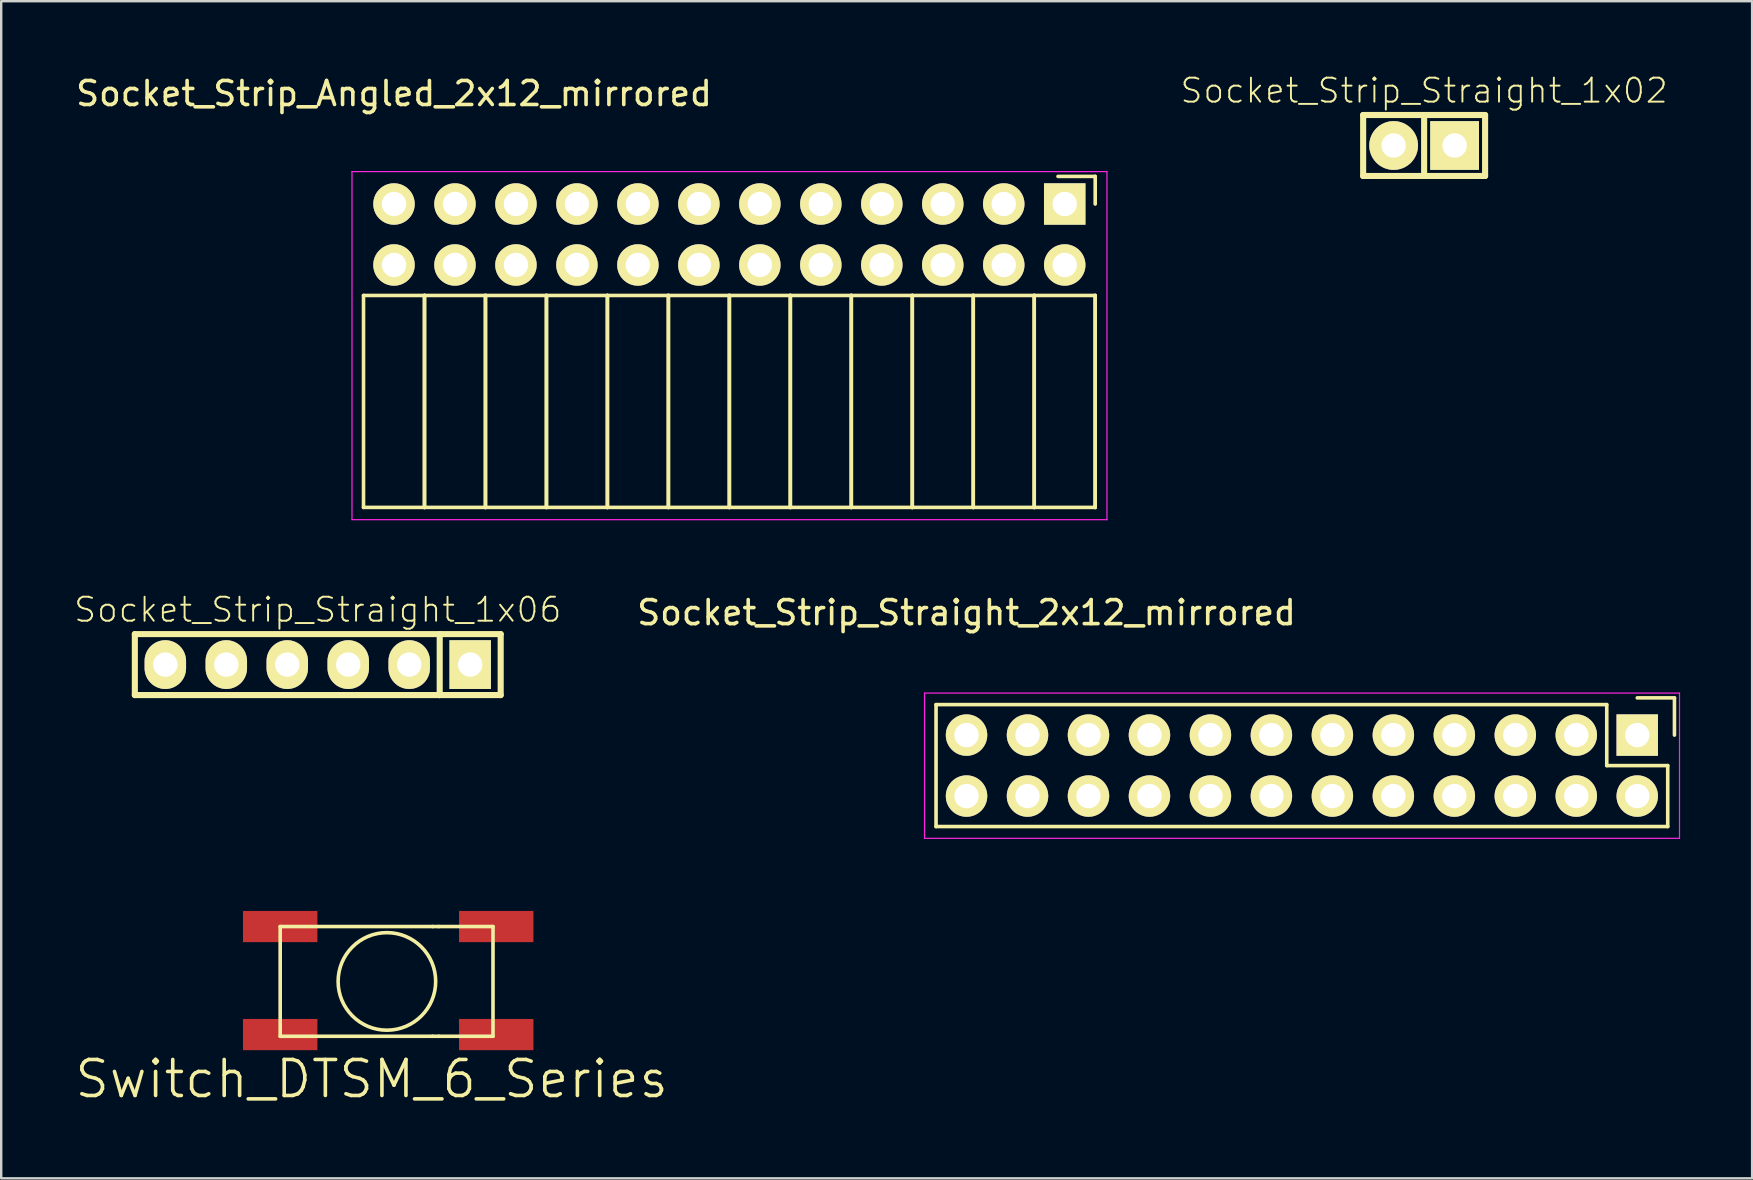
<source format=kicad_pcb>
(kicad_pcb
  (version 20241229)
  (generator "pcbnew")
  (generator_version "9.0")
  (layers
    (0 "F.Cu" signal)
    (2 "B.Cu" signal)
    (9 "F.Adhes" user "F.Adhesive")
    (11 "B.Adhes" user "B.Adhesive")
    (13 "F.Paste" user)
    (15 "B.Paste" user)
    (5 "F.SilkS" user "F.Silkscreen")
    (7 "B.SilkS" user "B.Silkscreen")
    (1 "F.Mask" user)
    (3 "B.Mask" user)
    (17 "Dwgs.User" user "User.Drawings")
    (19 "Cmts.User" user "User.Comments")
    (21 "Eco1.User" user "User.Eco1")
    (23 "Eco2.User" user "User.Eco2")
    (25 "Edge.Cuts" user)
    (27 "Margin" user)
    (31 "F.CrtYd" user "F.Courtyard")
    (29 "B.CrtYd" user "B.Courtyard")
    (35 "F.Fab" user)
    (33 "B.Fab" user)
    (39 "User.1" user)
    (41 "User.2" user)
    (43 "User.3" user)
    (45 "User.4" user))
  (footprint "Switch_DTSM_6_Series"
    (layer "F.Cu")
    (at 13.067 37.833)
    (property "Reference" "Switch_DTSM_6_Series" (at -0.635 4.064 0) (layer "F.SilkS") (effects (font (size 1.5 1.5) (thickness 0.15))))
    (attr through_hole)
    (fp_line (start -4.445 -2.286) (end 1.905 -2.286) (stroke (width 0.15) (type solid)) (layer "F.SilkS"))
    (fp_line (start -4.445 2.286) (end -4.445 -2.286) (stroke (width 0.15) (type solid)) (layer "F.SilkS"))
    (fp_line (start 1.905 2.286) (end -4.445 2.286) (stroke (width 0.15) (type solid)) (layer "F.SilkS"))
    (fp_line (start 2.159 -2.286) (end 1.905 -2.286) (stroke (width 0.15) (type solid)) (layer "F.SilkS"))
    (fp_line (start 2.159 -2.286) (end 4.42 -2.286) (stroke (width 0.15) (type solid)) (layer "F.SilkS"))
    (fp_line (start 2.159 2.286) (end 1.905 2.286) (stroke (width 0.15) (type solid)) (layer "F.SilkS"))
    (fp_line (start 2.159 2.286) (end 4.42 2.286) (stroke (width 0.15) (type solid)) (layer "F.SilkS"))
    (fp_line (start 4.42 -2.286) (end 4.42 2.286) (stroke (width 0.15) (type solid)) (layer "F.SilkS"))
    (fp_circle (center 0 0) (end 0 -2.032) (stroke (width 0.15) (type solid)) (fill no) (layer "F.SilkS"))
    (pad "1" smd rect (at -4.445 -2.286) (size 3.1 1.3) (layers "F.Cu" "F.Mask" "F.Paste"))
    (pad "2" smd rect (at 4.555 -2.286) (size 3.1 1.3) (layers "F.Cu" "F.Mask" "F.Paste"))
    (pad "3" smd rect (at -4.445 2.214) (size 3.1 1.3) (layers "F.Cu" "F.Mask" "F.Paste"))
    (pad "4" smd rect (at 4.555 2.214) (size 3.1 1.3) (layers "F.Cu" "F.Mask" "F.Paste")))
  (footprint "Socket_Strip_Straight_2x12_mirrored"
    (layer "F.Cu")
    (at 37.213 27.572)
    (property "Reference" "Socket_Strip_Straight_2x12_mirrored" (at 0 -5.1 0) (layer "F.SilkS") (effects (font (size 1 1) (thickness 0.15))))
    (attr through_hole)
    (fp_line (start -1.27 -1.27) (end 26.67 -1.27) (stroke (width 0.15) (type solid)) (layer "F.SilkS"))
    (fp_line (start -1.27 3.81) (end -1.27 -1.27) (stroke (width 0.15) (type solid)) (layer "F.SilkS"))
    (fp_line (start 26.67 1.27) (end 26.67 -1.27) (stroke (width 0.15) (type solid)) (layer "F.SilkS"))
    (fp_line (start 26.67 1.27) (end 29.21 1.27) (stroke (width 0.15) (type solid)) (layer "F.SilkS"))
    (fp_line (start 29.21 3.81) (end -1.27 3.81) (stroke (width 0.15) (type solid)) (layer "F.SilkS"))
    (fp_line (start 29.21 3.81) (end 29.21 1.27) (stroke (width 0.15) (type solid)) (layer "F.SilkS"))
    (fp_line (start 29.49 -1.55) (end 27.94 -1.55) (stroke (width 0.15) (type solid)) (layer "F.SilkS"))
    (fp_line (start 29.49 -1.55) (end 29.49 0) (stroke (width 0.15) (type solid)) (layer "F.SilkS"))
    (fp_line (start -1.75 -1.75) (end -1.75 4.3) (stroke (width 0.05) (type solid)) (layer "F.CrtYd"))
    (fp_line (start -1.75 -1.75) (end 29.7 -1.75) (stroke (width 0.05) (type solid)) (layer "F.CrtYd"))
    (fp_line (start -1.75 4.3) (end 29.7 4.3) (stroke (width 0.05) (type solid)) (layer "F.CrtYd"))
    (fp_line (start 29.7 -1.75) (end 29.7 4.3) (stroke (width 0.05) (type solid)) (layer "F.CrtYd"))
    (pad "1" thru_hole rect (at 27.94 0) (size 1.727 1.727) (drill 1.016) (layers "*.Cu" "*.Mask" "F.SilkS"))
    (pad "2" thru_hole oval (at 27.94 2.54) (size 1.727 1.727) (drill 1.016) (layers "*.Cu" "*.Mask" "F.SilkS"))
    (pad "3" thru_hole oval (at 25.4 0) (size 1.727 1.727) (drill 1.016) (layers "*.Cu" "*.Mask" "F.SilkS"))
    (pad "4" thru_hole oval (at 25.4 2.54) (size 1.727 1.727) (drill 1.016) (layers "*.Cu" "*.Mask" "F.SilkS"))
    (pad "5" thru_hole oval (at 22.86 0) (size 1.727 1.727) (drill 1.016) (layers "*.Cu" "*.Mask" "F.SilkS"))
    (pad "6" thru_hole oval (at 22.86 2.54) (size 1.727 1.727) (drill 1.016) (layers "*.Cu" "*.Mask" "F.SilkS"))
    (pad "7" thru_hole oval (at 20.32 0) (size 1.727 1.727) (drill 1.016) (layers "*.Cu" "*.Mask" "F.SilkS"))
    (pad "8" thru_hole oval (at 20.32 2.54) (size 1.727 1.727) (drill 1.016) (layers "*.Cu" "*.Mask" "F.SilkS"))
    (pad "9" thru_hole oval (at 17.78 0) (size 1.727 1.727) (drill 1.016) (layers "*.Cu" "*.Mask" "F.SilkS"))
    (pad "10" thru_hole oval (at 17.78 2.54) (size 1.727 1.727) (drill 1.016) (layers "*.Cu" "*.Mask" "F.SilkS"))
    (pad "11" thru_hole oval (at 15.24 0) (size 1.727 1.727) (drill 1.016) (layers "*.Cu" "*.Mask" "F.SilkS"))
    (pad "12" thru_hole oval (at 15.24 2.54) (size 1.727 1.727) (drill 1.016) (layers "*.Cu" "*.Mask" "F.SilkS"))
    (pad "13" thru_hole oval (at 12.7 0) (size 1.727 1.727) (drill 1.016) (layers "*.Cu" "*.Mask" "F.SilkS"))
    (pad "14" thru_hole oval (at 12.7 2.54) (size 1.727 1.727) (drill 1.016) (layers "*.Cu" "*.Mask" "F.SilkS"))
    (pad "15" thru_hole oval (at 10.16 0) (size 1.727 1.727) (drill 1.016) (layers "*.Cu" "*.Mask" "F.SilkS"))
    (pad "16" thru_hole oval (at 10.16 2.54) (size 1.727 1.727) (drill 1.016) (layers "*.Cu" "*.Mask" "F.SilkS"))
    (pad "17" thru_hole oval (at 7.62 0) (size 1.727 1.727) (drill 1.016) (layers "*.Cu" "*.Mask" "F.SilkS"))
    (pad "18" thru_hole oval (at 7.62 2.54) (size 1.727 1.727) (drill 1.016) (layers "*.Cu" "*.Mask" "F.SilkS"))
    (pad "19" thru_hole oval (at 5.08 0) (size 1.727 1.727) (drill 1.016) (layers "*.Cu" "*.Mask" "F.SilkS"))
    (pad "20" thru_hole oval (at 5.08 2.54) (size 1.727 1.727) (drill 1.016) (layers "*.Cu" "*.Mask" "F.SilkS"))
    (pad "21" thru_hole oval (at 2.54 0) (size 1.727 1.727) (drill 1.016) (layers "*.Cu" "*.Mask" "F.SilkS"))
    (pad "22" thru_hole oval (at 2.54 2.54) (size 1.727 1.727) (drill 1.016) (layers "*.Cu" "*.Mask" "F.SilkS"))
    (pad "23" thru_hole oval (at 0 0) (size 1.727 1.727) (drill 1.016) (layers "*.Cu" "*.Mask" "F.SilkS"))
    (pad "24" thru_hole oval (at 0 2.54) (size 1.727 1.727) (drill 1.016) (layers "*.Cu" "*.Mask" "F.SilkS")))
  (footprint "Socket_Strip_Straight_1x06"
    (placed yes)
    (layer "F.Cu")
    (at 10.187 24.635)
    (property "Reference" "Socket_Strip_Straight_1x06" (at 0 -2.286 0) (layer "F.SilkS") (effects (font (size 1 1) (thickness 0.08))))
    (attr through_hole)
    (fp_line (start -7.62 -1.27) (end -7.62 1.27) (stroke (width 0.254) (type solid)) (layer "F.SilkS"))
    (fp_line (start -7.62 1.27) (end 5.08 1.27) (stroke (width 0.254) (type solid)) (layer "F.SilkS"))
    (fp_line (start 5.08 -1.27) (end -7.62 -1.27) (stroke (width 0.254) (type solid)) (layer "F.SilkS"))
    (fp_line (start 5.08 -1.27) (end 5.08 1.27) (stroke (width 0.254) (type solid)) (layer "F.SilkS"))
    (fp_line (start 7.62 -1.27) (end 5.08 -1.27) (stroke (width 0.254) (type solid)) (layer "F.SilkS"))
    (fp_line (start 7.62 -1.27) (end 7.62 1.27) (stroke (width 0.254) (type solid)) (layer "F.SilkS"))
    (fp_line (start 7.62 1.27) (end 5.08 1.27) (stroke (width 0.254) (type solid)) (layer "F.SilkS"))
    (pad "1" thru_hole rect (at 6.35 0 180) (size 1.727 2.032) (drill 1.016) (layers "*.Cu" "*.Mask" "F.SilkS"))
    (pad "2" thru_hole oval (at 3.81 0 180) (size 1.727 2.032) (drill 1.016) (layers "*.Cu" "*.Mask" "F.SilkS"))
    (pad "3" thru_hole oval (at 1.27 0 180) (size 1.727 2.032) (drill 1.016) (layers "*.Cu" "*.Mask" "F.SilkS"))
    (pad "4" thru_hole oval (at -1.27 0 180) (size 1.727 2.032) (drill 1.016) (layers "*.Cu" "*.Mask" "F.SilkS"))
    (pad "5" thru_hole oval (at -3.81 0 180) (size 1.727 2.032) (drill 1.016) (layers "*.Cu" "*.Mask" "F.SilkS"))
    (pad "6" thru_hole oval (at -6.35 0 180) (size 1.727 2.032) (drill 1.016) (layers "*.Cu" "*.Mask" "F.SilkS")))
  (footprint "Socket_Strip_Straight_1x02"
    (placed yes)
    (layer "F.Cu")
    (at 56.275 3.011)
    (property "Reference" "Socket_Strip_Straight_1x02" (at 0 -2.286 0) (layer "F.SilkS") (effects (font (size 1 1) (thickness 0.08))))
    (attr through_hole)
    (fp_line (start -2.54 -1.27) (end 2.54 -1.27) (stroke (width 0.254) (type solid)) (layer "F.SilkS"))
    (fp_line (start -2.54 1.27) (end -2.54 -1.27) (stroke (width 0.254) (type solid)) (layer "F.SilkS"))
    (fp_line (start 0 -1.27) (end 0 1.27) (stroke (width 0.254) (type solid)) (layer "F.SilkS"))
    (fp_line (start 0 1.27) (end -2.54 1.27) (stroke (width 0.254) (type solid)) (layer "F.SilkS"))
    (fp_line (start 2.54 -1.27) (end 2.54 1.27) (stroke (width 0.254) (type solid)) (layer "F.SilkS"))
    (fp_line (start 2.54 1.27) (end 0 1.27) (stroke (width 0.254) (type solid)) (layer "F.SilkS"))
    (pad "1" thru_hole rect (at 1.27 0 180) (size 2.032 2.032) (drill 1.016) (layers "*.Cu" "*.Mask" "F.SilkS"))
    (pad "2" thru_hole oval (at -1.27 0 180) (size 2.032 2.032) (drill 1.016) (layers "*.Cu" "*.Mask" "F.SilkS")))
  (footprint "Socket_Strip_Angled_2x12_mirrored"
    (layer "F.Cu")
    (at 13.363 5.448)
    (property "Reference" "Socket_Strip_Angled_2x12_mirrored" (at 0 -4.6 0) (layer "F.SilkS") (effects (font (size 1 1) (thickness 0.15))))
    (attr through_hole)
    (fp_line (start -1.27 3.81) (end -1.27 12.64) (stroke (width 0.15) (type solid)) (layer "F.SilkS"))
    (fp_line (start -1.27 3.81) (end 1.27 3.81) (stroke (width 0.15) (type solid)) (layer "F.SilkS"))
    (fp_line (start -1.27 12.64) (end 1.27 12.64) (stroke (width 0.15) (type solid)) (layer "F.SilkS"))
    (fp_line (start 1.27 3.81) (end 1.27 12.64) (stroke (width 0.15) (type solid)) (layer "F.SilkS"))
    (fp_line (start 1.27 3.81) (end 3.81 3.81) (stroke (width 0.15) (type solid)) (layer "F.SilkS"))
    (fp_line (start 1.27 12.64) (end 1.27 3.81) (stroke (width 0.15) (type solid)) (layer "F.SilkS"))
    (fp_line (start 1.27 12.64) (end 3.81 12.64) (stroke (width 0.15) (type solid)) (layer "F.SilkS"))
    (fp_line (start 3.81 3.81) (end 3.81 12.64) (stroke (width 0.15) (type solid)) (layer "F.SilkS"))
    (fp_line (start 3.81 3.81) (end 6.35 3.81) (stroke (width 0.15) (type solid)) (layer "F.SilkS"))
    (fp_line (start 3.81 12.64) (end 3.81 3.81) (stroke (width 0.15) (type solid)) (layer "F.SilkS"))
    (fp_line (start 3.81 12.64) (end 6.35 12.64) (stroke (width 0.15) (type solid)) (layer "F.SilkS"))
    (fp_line (start 6.35 3.81) (end 6.35 12.64) (stroke (width 0.15) (type solid)) (layer "F.SilkS"))
    (fp_line (start 6.35 3.81) (end 8.89 3.81) (stroke (width 0.15) (type solid)) (layer "F.SilkS"))
    (fp_line (start 6.35 12.64) (end 6.35 3.81) (stroke (width 0.15) (type solid)) (layer "F.SilkS"))
    (fp_line (start 6.35 12.64) (end 8.89 12.64) (stroke (width 0.15) (type solid)) (layer "F.SilkS"))
    (fp_line (start 8.89 3.81) (end 8.89 12.64) (stroke (width 0.15) (type solid)) (layer "F.SilkS"))
    (fp_line (start 8.89 3.81) (end 11.43 3.81) (stroke (width 0.15) (type solid)) (layer "F.SilkS"))
    (fp_line (start 8.89 12.64) (end 8.89 3.81) (stroke (width 0.15) (type solid)) (layer "F.SilkS"))
    (fp_line (start 8.89 12.64) (end 11.43 12.64) (stroke (width 0.15) (type solid)) (layer "F.SilkS"))
    (fp_line (start 11.43 3.81) (end 11.43 12.64) (stroke (width 0.15) (type solid)) (layer "F.SilkS"))
    (fp_line (start 11.43 3.81) (end 13.97 3.81) (stroke (width 0.15) (type solid)) (layer "F.SilkS"))
    (fp_line (start 11.43 12.64) (end 11.43 3.81) (stroke (width 0.15) (type solid)) (layer "F.SilkS"))
    (fp_line (start 11.43 12.64) (end 13.97 12.64) (stroke (width 0.15) (type solid)) (layer "F.SilkS"))
    (fp_line (start 13.97 3.81) (end 13.97 12.64) (stroke (width 0.15) (type solid)) (layer "F.SilkS"))
    (fp_line (start 13.97 3.81) (end 16.51 3.81) (stroke (width 0.15) (type solid)) (layer "F.SilkS"))
    (fp_line (start 13.97 12.64) (end 13.97 3.81) (stroke (width 0.15) (type solid)) (layer "F.SilkS"))
    (fp_line (start 13.97 12.64) (end 16.51 12.64) (stroke (width 0.15) (type solid)) (layer "F.SilkS"))
    (fp_line (start 16.51 3.81) (end 16.51 12.64) (stroke (width 0.15) (type solid)) (layer "F.SilkS"))
    (fp_line (start 16.51 3.81) (end 19.05 3.81) (stroke (width 0.15) (type solid)) (layer "F.SilkS"))
    (fp_line (start 16.51 12.64) (end 16.51 3.81) (stroke (width 0.15) (type solid)) (layer "F.SilkS"))
    (fp_line (start 16.51 12.64) (end 19.05 12.64) (stroke (width 0.15) (type solid)) (layer "F.SilkS"))
    (fp_line (start 19.05 3.81) (end 19.05 12.64) (stroke (width 0.15) (type solid)) (layer "F.SilkS"))
    (fp_line (start 19.05 3.81) (end 21.59 3.81) (stroke (width 0.15) (type solid)) (layer "F.SilkS"))
    (fp_line (start 19.05 12.64) (end 19.05 3.81) (stroke (width 0.15) (type solid)) (layer "F.SilkS"))
    (fp_line (start 19.05 12.64) (end 21.59 12.64) (stroke (width 0.15) (type solid)) (layer "F.SilkS"))
    (fp_line (start 21.59 3.81) (end 21.59 12.64) (stroke (width 0.15) (type solid)) (layer "F.SilkS"))
    (fp_line (start 21.59 3.81) (end 24.13 3.81) (stroke (width 0.15) (type solid)) (layer "F.SilkS"))
    (fp_line (start 21.59 12.64) (end 21.59 3.81) (stroke (width 0.15) (type solid)) (layer "F.SilkS"))
    (fp_line (start 21.59 12.64) (end 24.13 12.64) (stroke (width 0.15) (type solid)) (layer "F.SilkS"))
    (fp_line (start 24.13 3.81) (end 24.13 12.64) (stroke (width 0.15) (type solid)) (layer "F.SilkS"))
    (fp_line (start 24.13 3.81) (end 26.67 3.81) (stroke (width 0.15) (type solid)) (layer "F.SilkS"))
    (fp_line (start 24.13 12.64) (end 24.13 3.81) (stroke (width 0.15) (type solid)) (layer "F.SilkS"))
    (fp_line (start 24.13 12.64) (end 26.67 12.64) (stroke (width 0.15) (type solid)) (layer "F.SilkS"))
    (fp_line (start 26.67 3.81) (end 26.67 12.64) (stroke (width 0.15) (type solid)) (layer "F.SilkS"))
    (fp_line (start 26.67 3.81) (end 29.21 3.81) (stroke (width 0.15) (type solid)) (layer "F.SilkS"))
    (fp_line (start 26.67 12.64) (end 26.67 3.81) (stroke (width 0.15) (type solid)) (layer "F.SilkS"))
    (fp_line (start 26.67 12.64) (end 29.21 12.64) (stroke (width 0.15) (type solid)) (layer "F.SilkS"))
    (fp_line (start 29.21 -1.15) (end 27.66 -1.15) (stroke (width 0.15) (type solid)) (layer "F.SilkS"))
    (fp_line (start 29.21 -1.15) (end 29.21 0) (stroke (width 0.15) (type solid)) (layer "F.SilkS"))
    (fp_line (start 29.21 3.81) (end 29.21 12.64) (stroke (width 0.15) (type solid)) (layer "F.SilkS"))
    (fp_line (start 29.21 12.64) (end 29.21 3.81) (stroke (width 0.15) (type solid)) (layer "F.SilkS"))
    (fp_line (start -1.75 -1.35) (end -1.75 13.15) (stroke (width 0.05) (type solid)) (layer "F.CrtYd"))
    (fp_line (start -1.75 -1.35) (end 29.7 -1.35) (stroke (width 0.05) (type solid)) (layer "F.CrtYd"))
    (fp_line (start -1.75 13.15) (end 29.7 13.15) (stroke (width 0.05) (type solid)) (layer "F.CrtYd"))
    (fp_line (start 29.7 -1.35) (end 29.7 13.15) (stroke (width 0.05) (type solid)) (layer "F.CrtYd"))
    (pad "1" thru_hole rect (at 27.94 0) (size 1.727 1.727) (drill 1.016) (layers "*.Cu" "*.Mask" "F.SilkS"))
    (pad "2" thru_hole oval (at 27.94 2.54) (size 1.727 1.727) (drill 1.016) (layers "*.Cu" "*.Mask" "F.SilkS"))
    (pad "3" thru_hole oval (at 25.4 0) (size 1.727 1.727) (drill 1.016) (layers "*.Cu" "*.Mask" "F.SilkS"))
    (pad "4" thru_hole oval (at 25.4 2.54) (size 1.727 1.727) (drill 1.016) (layers "*.Cu" "*.Mask" "F.SilkS"))
    (pad "5" thru_hole oval (at 22.86 0) (size 1.727 1.727) (drill 1.016) (layers "*.Cu" "*.Mask" "F.SilkS"))
    (pad "6" thru_hole oval (at 22.86 2.54) (size 1.727 1.727) (drill 1.016) (layers "*.Cu" "*.Mask" "F.SilkS"))
    (pad "7" thru_hole oval (at 20.32 0) (size 1.727 1.727) (drill 1.016) (layers "*.Cu" "*.Mask" "F.SilkS"))
    (pad "8" thru_hole oval (at 20.32 2.54) (size 1.727 1.727) (drill 1.016) (layers "*.Cu" "*.Mask" "F.SilkS"))
    (pad "9" thru_hole oval (at 17.78 0) (size 1.727 1.727) (drill 1.016) (layers "*.Cu" "*.Mask" "F.SilkS"))
    (pad "10" thru_hole oval (at 17.78 2.54) (size 1.727 1.727) (drill 1.016) (layers "*.Cu" "*.Mask" "F.SilkS"))
    (pad "11" thru_hole oval (at 15.24 0) (size 1.727 1.727) (drill 1.016) (layers "*.Cu" "*.Mask" "F.SilkS"))
    (pad "12" thru_hole oval (at 15.24 2.54) (size 1.727 1.727) (drill 1.016) (layers "*.Cu" "*.Mask" "F.SilkS"))
    (pad "13" thru_hole oval (at 12.7 0) (size 1.727 1.727) (drill 1.016) (layers "*.Cu" "*.Mask" "F.SilkS"))
    (pad "14" thru_hole oval (at 12.7 2.54) (size 1.727 1.727) (drill 1.016) (layers "*.Cu" "*.Mask" "F.SilkS"))
    (pad "15" thru_hole oval (at 10.16 0) (size 1.727 1.727) (drill 1.016) (layers "*.Cu" "*.Mask" "F.SilkS"))
    (pad "16" thru_hole oval (at 10.16 2.54) (size 1.727 1.727) (drill 1.016) (layers "*.Cu" "*.Mask" "F.SilkS"))
    (pad "17" thru_hole oval (at 7.62 0) (size 1.727 1.727) (drill 1.016) (layers "*.Cu" "*.Mask" "F.SilkS"))
    (pad "18" thru_hole oval (at 7.62 2.54) (size 1.727 1.727) (drill 1.016) (layers "*.Cu" "*.Mask" "F.SilkS"))
    (pad "19" thru_hole oval (at 5.08 0) (size 1.727 1.727) (drill 1.016) (layers "*.Cu" "*.Mask" "F.SilkS"))
    (pad "20" thru_hole oval (at 5.08 2.54) (size 1.727 1.727) (drill 1.016) (layers "*.Cu" "*.Mask" "F.SilkS"))
    (pad "21" thru_hole oval (at 2.54 0) (size 1.727 1.727) (drill 1.016) (layers "*.Cu" "*.Mask" "F.SilkS"))
    (pad "22" thru_hole oval (at 2.54 2.54) (size 1.727 1.727) (drill 1.016) (layers "*.Cu" "*.Mask" "F.SilkS"))
    (pad "23" thru_hole oval (at 0 0) (size 1.727 1.727) (drill 1.016) (layers "*.Cu" "*.Mask" "F.SilkS"))
    (pad "24" thru_hole oval (at 0 2.54) (size 1.727 1.727) (drill 1.016) (layers "*.Cu" "*.Mask" "F.SilkS")))
  (gr_rect
    (start -3 -3)
    (end 69.938 46.037)
    (stroke (width 0.1) (type default))
    (fill no)
    (layer "Edge.Cuts")))
</source>
